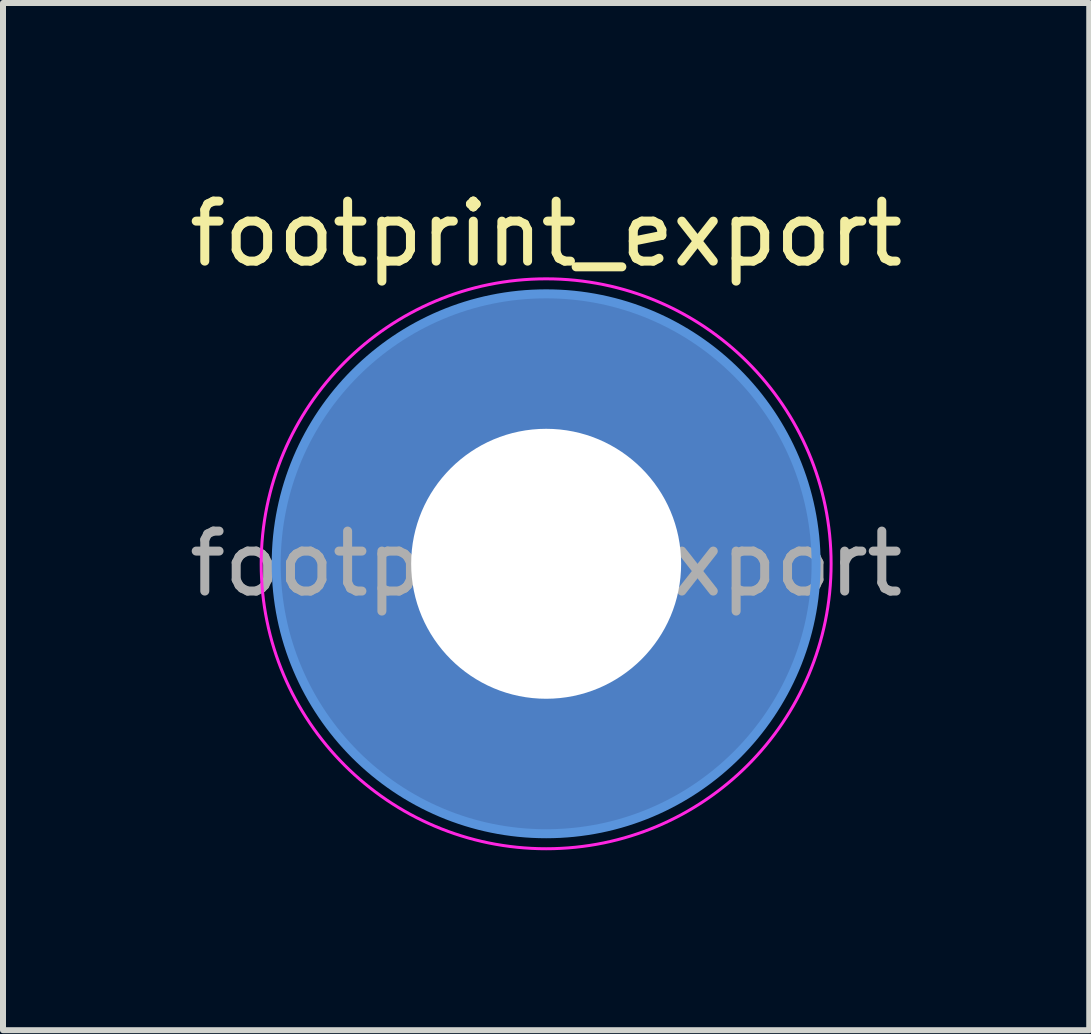
<source format=kicad_pcb>
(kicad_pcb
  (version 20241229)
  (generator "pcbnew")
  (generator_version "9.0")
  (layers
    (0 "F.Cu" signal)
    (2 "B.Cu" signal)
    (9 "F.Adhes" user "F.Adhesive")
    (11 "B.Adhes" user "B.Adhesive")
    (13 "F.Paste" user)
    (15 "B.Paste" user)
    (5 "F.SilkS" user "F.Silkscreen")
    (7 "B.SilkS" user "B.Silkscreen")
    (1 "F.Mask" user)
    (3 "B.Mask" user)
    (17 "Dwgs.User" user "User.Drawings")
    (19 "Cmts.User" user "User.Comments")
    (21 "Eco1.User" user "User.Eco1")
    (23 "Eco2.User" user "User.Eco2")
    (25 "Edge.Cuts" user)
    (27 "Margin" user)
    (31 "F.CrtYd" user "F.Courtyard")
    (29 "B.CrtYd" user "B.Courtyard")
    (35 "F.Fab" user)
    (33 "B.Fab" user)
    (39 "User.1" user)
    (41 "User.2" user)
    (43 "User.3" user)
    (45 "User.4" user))
  (footprint "footprint_export"
    (layer "F.Cu")
    (at 6.054 6.348)
    (property "Reference" "footprint_export" (at 0 -5.5 0) (layer "F.SilkS") (effects (font (size 1 1) (thickness 0.15))))
    (attr exclude_from_pos_files exclude_from_bom)
    (fp_circle (center 0 0) (end 4.5 0) (stroke (width 0.15) (type solid)) (fill no) (layer "Cmts.User"))
    (fp_circle (center 0 0) (end 4.75 0) (stroke (width 0.05) (type solid)) (fill no) (layer "F.CrtYd"))
    (fp_text user "${REFERENCE}" (at 0 0 0) (layer "F.Fab") (effects (font (size 1 1) (thickness 0.15))))
    (pad "1" thru_hole circle (at 0 0) (size 9 9) (drill 4.5) (layers "*.Cu" "*.Mask")))
  (gr_rect
    (start -3 -3)
    (end 15.107 14.123)
    (stroke (width 0.1) (type default))
    (fill no)
    (layer "Edge.Cuts")))
</source>
